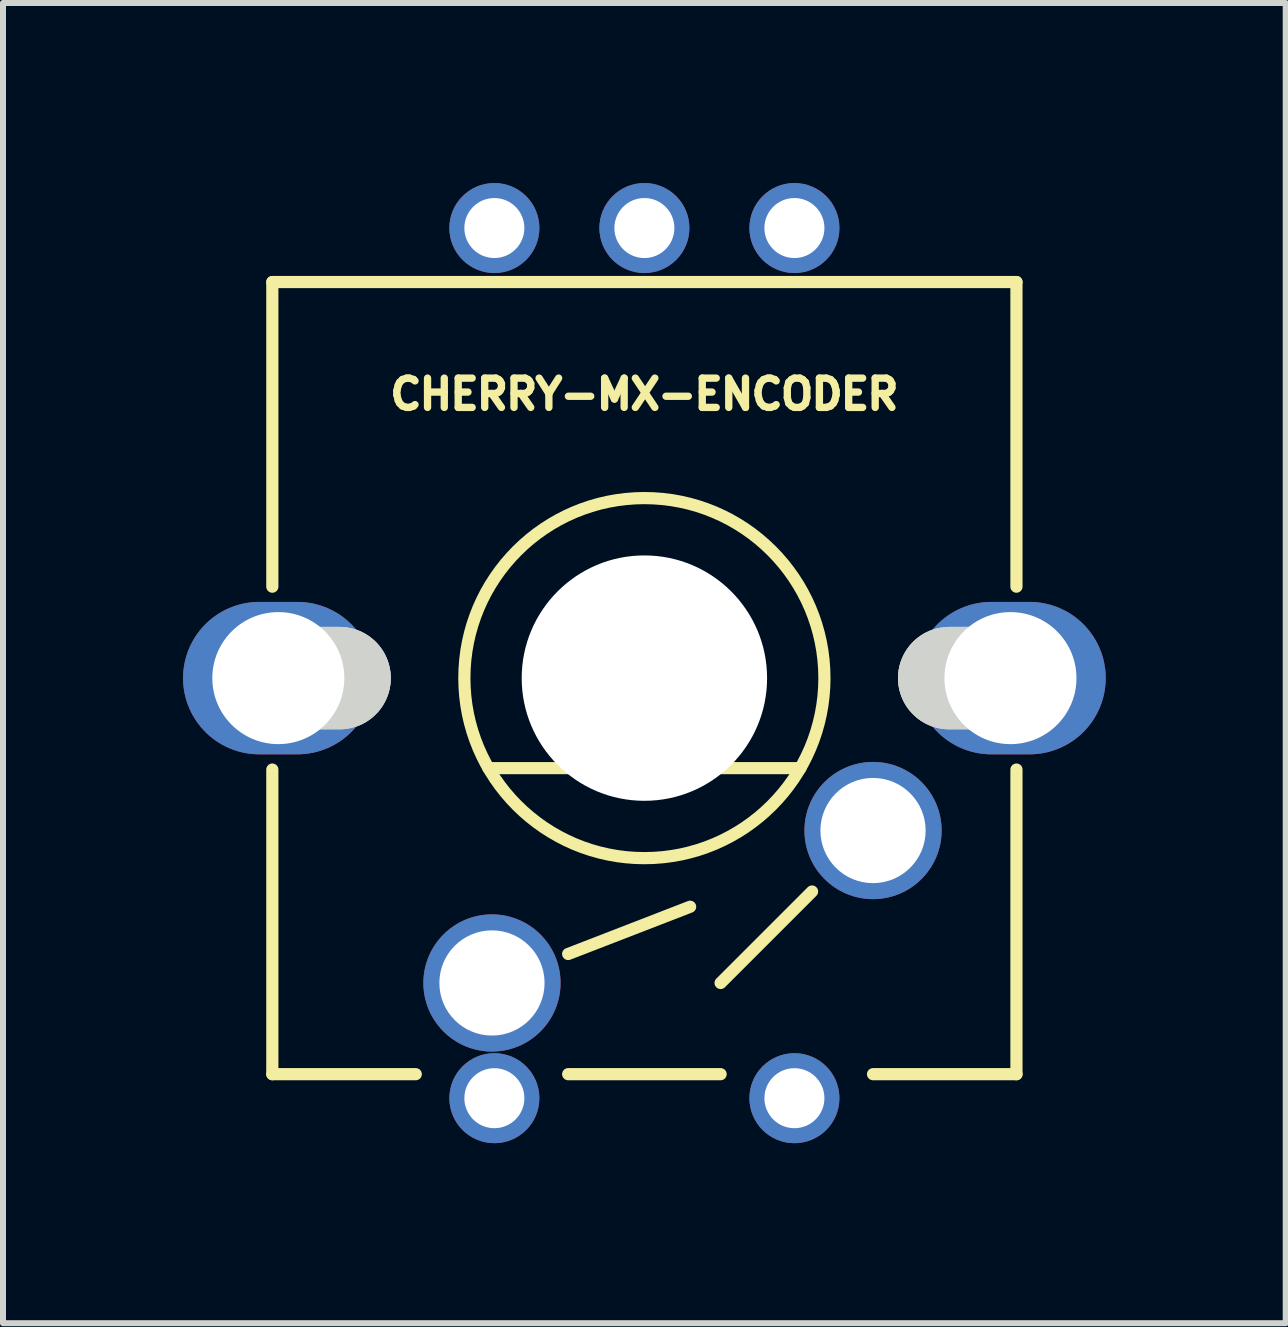
<source format=kicad_pcb>
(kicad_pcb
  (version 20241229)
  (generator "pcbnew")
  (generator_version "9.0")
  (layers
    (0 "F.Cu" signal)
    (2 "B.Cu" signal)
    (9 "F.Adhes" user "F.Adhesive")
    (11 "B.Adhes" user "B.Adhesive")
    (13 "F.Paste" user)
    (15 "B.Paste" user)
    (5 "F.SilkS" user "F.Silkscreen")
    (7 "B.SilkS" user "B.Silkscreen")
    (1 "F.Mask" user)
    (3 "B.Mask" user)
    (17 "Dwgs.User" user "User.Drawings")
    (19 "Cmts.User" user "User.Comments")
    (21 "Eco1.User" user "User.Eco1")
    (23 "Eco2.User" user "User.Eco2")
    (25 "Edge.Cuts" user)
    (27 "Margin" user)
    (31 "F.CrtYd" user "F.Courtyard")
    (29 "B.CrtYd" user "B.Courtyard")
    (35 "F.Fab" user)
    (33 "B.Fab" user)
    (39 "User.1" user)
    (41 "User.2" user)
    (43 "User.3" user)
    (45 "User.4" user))
  (footprint "CHERRY-MX-ENCODER"
    (layer "F.Cu")
    (at 7.688 8.25)
    (property "Reference" "CHERRY-MX-ENCODER" (at 0 -4.445 0) (layer "F.SilkS") (effects (font (size 0.488 0.488) (thickness 0.122)) (justify bottom)))
    (fp_line (start -6.1 0) (end -5.08 0) (stroke (width 1.707) (type solid)) (layer "F.Cu"))
    (fp_line (start 6.1 0) (end 5.08 0) (stroke (width 1.707) (type solid)) (layer "F.Cu"))
    (fp_line (start -6.1 0) (end -5.08 0) (stroke (width 1.707) (type solid)) (layer "F.Mask"))
    (fp_line (start 6.1 0) (end 5.08 0) (stroke (width 1.707) (type solid)) (layer "F.Mask"))
    (fp_line (start -6.1 0) (end -5.08 0) (stroke (width 1.707) (type solid)) (layer "B.Cu"))
    (fp_line (start 6.1 0) (end 5.08 0) (stroke (width 1.707) (type solid)) (layer "B.Cu"))
    (fp_line (start -6.1 0) (end -5.08 0) (stroke (width 1.707) (type solid)) (layer "B.Mask"))
    (fp_line (start 6.1 0) (end 5.08 0) (stroke (width 1.707) (type solid)) (layer "B.Mask"))
    (fp_line (start -6.2 -6.6) (end -6.2 -1.524) (stroke (width 0.203) (type solid)) (layer "F.SilkS"))
    (fp_line (start -6.2 1.524) (end -6.2 6.6) (stroke (width 0.203) (type solid)) (layer "F.SilkS"))
    (fp_line (start -6.2 6.6) (end -3.81 6.6) (stroke (width 0.203) (type solid)) (layer "F.SilkS"))
    (fp_line (start -1.27 4.597) (end 0.762 3.81) (stroke (width 0.203) (type solid)) (layer "F.SilkS"))
    (fp_line (start -1.27 6.6) (end 1.27 6.6) (stroke (width 0.203) (type solid)) (layer "F.SilkS"))
    (fp_line (start 2.6 1.5) (end -2.6 1.5) (stroke (width 0.203) (type solid)) (layer "F.SilkS"))
    (fp_line (start 2.794 3.556) (end 1.27 5.08) (stroke (width 0.203) (type solid)) (layer "F.SilkS"))
    (fp_line (start 3.81 6.6) (end 6.2 6.6) (stroke (width 0.203) (type solid)) (layer "F.SilkS"))
    (fp_line (start 6.2 -6.6) (end -6.2 -6.6) (stroke (width 0.203) (type solid)) (layer "F.SilkS"))
    (fp_line (start 6.2 -6.6) (end 6.2 -1.524) (stroke (width 0.203) (type solid)) (layer "F.SilkS"))
    (fp_line (start 6.2 1.524) (end 6.2 6.6) (stroke (width 0.203) (type solid)) (layer "F.SilkS"))
    (fp_circle (center 0 0) (end 3 0) (stroke (width 0.203) (type solid)) (fill no) (layer "F.SilkS"))
    (fp_line (start -6.1 0) (end -5.08 0) (stroke (width 1.707) (type solid)) (layer "Edge.Cuts"))
    (fp_line (start -6.1 0) (end -5.08 0) (stroke (width 1.707) (type solid)) (layer "Edge.Cuts"))
    (fp_line (start 5.08 0) (end 6.1 0) (stroke (width 1.707) (type solid)) (layer "Edge.Cuts"))
    (fp_line (start 6.1 0) (end 5.08 0) (stroke (width 1.707) (type solid)) (layer "Edge.Cuts"))
    (pad "" np_thru_hole circle (at 0 0) (size 4.089 4.089) (drill 4.089) (layers "*.Cu" "*.Mask"))
    (pad "A" thru_hole circle (at 2.5 -7.5 180) (size 1.5 1.5) (drill 1) (layers "*.Cu" "*.Mask"))
    (pad "B" thru_hole circle (at -2.5 -7.5 180) (size 1.5 1.5) (drill 1) (layers "*.Cu" "*.Mask"))
    (pad "C" thru_hole circle (at 0 -7.5 180) (size 1.5 1.5) (drill 1) (layers "*.Cu" "*.Mask"))
    (pad "CASE1" thru_hole oval (at -6.1 0) (size 3.175 2.54) (drill 2.2) (layers "*.Cu" "*.Mask"))
    (pad "CASE2" thru_hole oval (at 6.1 0) (size 3.175 2.54) (drill 2.2) (layers "*.Cu" "*.Mask"))
    (pad "D" thru_hole circle (at 2.5 7 180) (size 1.5 1.5) (drill 1) (layers "*.Cu" "*.Mask"))
    (pad "E" thru_hole circle (at -2.5 7 180) (size 1.5 1.5) (drill 1) (layers "*.Cu" "*.Mask"))
    (pad "S1" thru_hole circle (at 3.81 2.54 180) (size 2.286 2.286) (drill 1.753) (layers "*.Cu" "*.Mask"))
    (pad "S2" thru_hole circle (at -2.54 5.08 180) (size 2.286 2.286) (drill 1.753) (layers "*.Cu" "*.Mask"))
    (zone (net_name "") (layer "F.Cu") (hatch edge 0.508) (connect_pads) (min_thickness 0.254) (filled_areas_thickness no) (keepout (tracks not_allowed) (vias not_allowed) (pads not_allowed) (copperpour not_allowed) (footprints allowed)) (placement (enabled no)) (fill) (polygon (pts (xy 3.687 8.25) (xy 3.671 8.063) (xy 3.622 7.881) (xy 3.542 7.71) (xy 3.434 7.556) (xy 3.301 7.423) (xy 3.147 7.315) (xy 2.977 7.236) (xy 2.795 7.187) (xy 2.607 7.17) (xy 2.42 7.187) (xy 2.238 7.236) (xy 2.068 7.315) (xy 1.914 7.423) (xy 1.781 7.556) (xy 1.673 7.71) (xy 1.593 7.881) (xy 1.544 8.063) (xy 1.528 8.25) (xy 1.544 8.437) (xy 1.593 8.619) (xy 1.673 8.79) (xy 1.781 8.944) (xy 1.914 9.077) (xy 2.068 9.185) (xy 2.238 9.264) (xy 2.42 9.313) (xy 2.607 9.329) (xy 2.795 9.313) (xy 2.977 9.264) (xy 3.147 9.185) (xy 3.301 9.077) (xy 3.434 8.944) (xy 3.542 8.79) (xy 3.622 8.619) (xy 3.671 8.437))) (polygon (pts (xy 3.56 8.25) (xy 3.546 8.085) (xy 3.503 7.924) (xy 3.432 7.774) (xy 3.337 7.638) (xy 3.22 7.52) (xy 3.084 7.425) (xy 2.933 7.355) (xy 2.773 7.312) (xy 2.607 7.298) (xy 2.442 7.312) (xy 2.282 7.355) (xy 2.131 7.425) (xy 1.995 7.52) (xy 1.878 7.638) (xy 1.783 7.774) (xy 1.712 7.924) (xy 1.669 8.085) (xy 1.655 8.25) (xy 1.669 8.415) (xy 1.712 8.576) (xy 1.783 8.726) (xy 1.878 8.862) (xy 1.995 8.98) (xy 2.131 9.075) (xy 2.282 9.145) (xy 2.442 9.188) (xy 2.607 9.203) (xy 2.773 9.188) (xy 2.933 9.145) (xy 3.084 9.075) (xy 3.22 8.98) (xy 3.337 8.862) (xy 3.432 8.726) (xy 3.503 8.576) (xy 3.546 8.415))))
    (zone (net_name "") (layer "F.Cu") (hatch edge 0.508) (connect_pads) (min_thickness 0.254) (filled_areas_thickness no) (keepout (tracks not_allowed) (vias not_allowed) (pads not_allowed) (copperpour not_allowed) (footprints allowed)) (placement (enabled no)) (fill) (polygon (pts (xy 13.847 8.25) (xy 13.831 8.063) (xy 13.782 7.881) (xy 13.702 7.71) (xy 13.594 7.556) (xy 13.461 7.423) (xy 13.307 7.315) (xy 13.137 7.236) (xy 12.955 7.187) (xy 12.768 7.17) (xy 12.58 7.187) (xy 12.398 7.236) (xy 12.228 7.315) (xy 12.074 7.423) (xy 11.941 7.556) (xy 11.833 7.71) (xy 11.753 7.881) (xy 11.704 8.063) (xy 11.688 8.25) (xy 11.704 8.437) (xy 11.753 8.619) (xy 11.833 8.79) (xy 11.941 8.944) (xy 12.074 9.077) (xy 12.228 9.185) (xy 12.398 9.264) (xy 12.58 9.313) (xy 12.768 9.329) (xy 12.955 9.313) (xy 13.137 9.264) (xy 13.307 9.185) (xy 13.461 9.077) (xy 13.594 8.944) (xy 13.702 8.79) (xy 13.782 8.619) (xy 13.831 8.437))) (polygon (pts (xy 13.72 8.25) (xy 13.706 8.085) (xy 13.663 7.924) (xy 13.592 7.774) (xy 13.497 7.638) (xy 13.38 7.52) (xy 13.244 7.425) (xy 13.093 7.355) (xy 12.933 7.312) (xy 12.768 7.298) (xy 12.602 7.312) (xy 12.442 7.355) (xy 12.291 7.425) (xy 12.155 7.52) (xy 12.038 7.638) (xy 11.943 7.774) (xy 11.872 7.924) (xy 11.829 8.085) (xy 11.815 8.25) (xy 11.829 8.415) (xy 11.872 8.576) (xy 11.943 8.726) (xy 12.038 8.862) (xy 12.155 8.98) (xy 12.291 9.075) (xy 12.442 9.145) (xy 12.602 9.188) (xy 12.768 9.203) (xy 12.933 9.188) (xy 13.093 9.145) (xy 13.244 9.075) (xy 13.38 8.98) (xy 13.497 8.862) (xy 13.592 8.726) (xy 13.663 8.576) (xy 13.706 8.415))))
    (zone (net_name "") (layer "B.Cu") (hatch edge 0.508) (connect_pads) (min_thickness 0.254) (filled_areas_thickness no) (keepout (tracks not_allowed) (vias not_allowed) (pads not_allowed) (copperpour not_allowed) (footprints allowed)) (placement (enabled no)) (fill) (polygon (pts (xy 3.687 8.25) (xy 3.671 8.063) (xy 3.622 7.881) (xy 3.542 7.71) (xy 3.434 7.556) (xy 3.301 7.423) (xy 3.147 7.315) (xy 2.977 7.236) (xy 2.795 7.187) (xy 2.607 7.17) (xy 2.42 7.187) (xy 2.238 7.236) (xy 2.068 7.315) (xy 1.914 7.423) (xy 1.781 7.556) (xy 1.673 7.71) (xy 1.593 7.881) (xy 1.544 8.063) (xy 1.528 8.25) (xy 1.544 8.437) (xy 1.593 8.619) (xy 1.673 8.79) (xy 1.781 8.944) (xy 1.914 9.077) (xy 2.068 9.185) (xy 2.238 9.264) (xy 2.42 9.313) (xy 2.607 9.329) (xy 2.795 9.313) (xy 2.977 9.264) (xy 3.147 9.185) (xy 3.301 9.077) (xy 3.434 8.944) (xy 3.542 8.79) (xy 3.622 8.619) (xy 3.671 8.437))) (polygon (pts (xy 3.56 8.25) (xy 3.546 8.085) (xy 3.503 7.924) (xy 3.432 7.774) (xy 3.337 7.638) (xy 3.22 7.52) (xy 3.084 7.425) (xy 2.933 7.355) (xy 2.773 7.312) (xy 2.607 7.298) (xy 2.442 7.312) (xy 2.282 7.355) (xy 2.131 7.425) (xy 1.995 7.52) (xy 1.878 7.638) (xy 1.783 7.774) (xy 1.712 7.924) (xy 1.669 8.085) (xy 1.655 8.25) (xy 1.669 8.415) (xy 1.712 8.576) (xy 1.783 8.726) (xy 1.878 8.862) (xy 1.995 8.98) (xy 2.131 9.075) (xy 2.282 9.145) (xy 2.442 9.188) (xy 2.607 9.203) (xy 2.773 9.188) (xy 2.933 9.145) (xy 3.084 9.075) (xy 3.22 8.98) (xy 3.337 8.862) (xy 3.432 8.726) (xy 3.503 8.576) (xy 3.546 8.415))))
    (zone (net_name "") (layer "B.Cu") (hatch edge 0.508) (connect_pads) (min_thickness 0.254) (filled_areas_thickness no) (keepout (tracks not_allowed) (vias not_allowed) (pads not_allowed) (copperpour not_allowed) (footprints allowed)) (placement (enabled no)) (fill) (polygon (pts (xy 13.847 8.25) (xy 13.831 8.063) (xy 13.782 7.881) (xy 13.702 7.71) (xy 13.594 7.556) (xy 13.461 7.423) (xy 13.307 7.315) (xy 13.137 7.236) (xy 12.955 7.187) (xy 12.768 7.17) (xy 12.58 7.187) (xy 12.398 7.236) (xy 12.228 7.315) (xy 12.074 7.423) (xy 11.941 7.556) (xy 11.833 7.71) (xy 11.753 7.881) (xy 11.704 8.063) (xy 11.688 8.25) (xy 11.704 8.437) (xy 11.753 8.619) (xy 11.833 8.79) (xy 11.941 8.944) (xy 12.074 9.077) (xy 12.228 9.185) (xy 12.398 9.264) (xy 12.58 9.313) (xy 12.768 9.329) (xy 12.955 9.313) (xy 13.137 9.264) (xy 13.307 9.185) (xy 13.461 9.077) (xy 13.594 8.944) (xy 13.702 8.79) (xy 13.782 8.619) (xy 13.831 8.437))) (polygon (pts (xy 13.72 8.25) (xy 13.706 8.085) (xy 13.663 7.924) (xy 13.592 7.774) (xy 13.497 7.638) (xy 13.38 7.52) (xy 13.244 7.425) (xy 13.093 7.355) (xy 12.933 7.312) (xy 12.768 7.298) (xy 12.602 7.312) (xy 12.442 7.355) (xy 12.291 7.425) (xy 12.155 7.52) (xy 12.038 7.638) (xy 11.943 7.774) (xy 11.872 7.924) (xy 11.829 8.085) (xy 11.815 8.25) (xy 11.829 8.415) (xy 11.872 8.576) (xy 11.943 8.726) (xy 12.038 8.862) (xy 12.155 8.98) (xy 12.291 9.075) (xy 12.442 9.145) (xy 12.602 9.188) (xy 12.768 9.203) (xy 12.933 9.188) (xy 13.093 9.145) (xy 13.244 9.075) (xy 13.38 8.98) (xy 13.497 8.862) (xy 13.592 8.726) (xy 13.663 8.576) (xy 13.706 8.415)))))
  (gr_rect
    (start -3 -3)
    (end 18.375 19)
    (stroke (width 0.1) (type default))
    (fill no)
    (layer "Edge.Cuts")))
</source>
